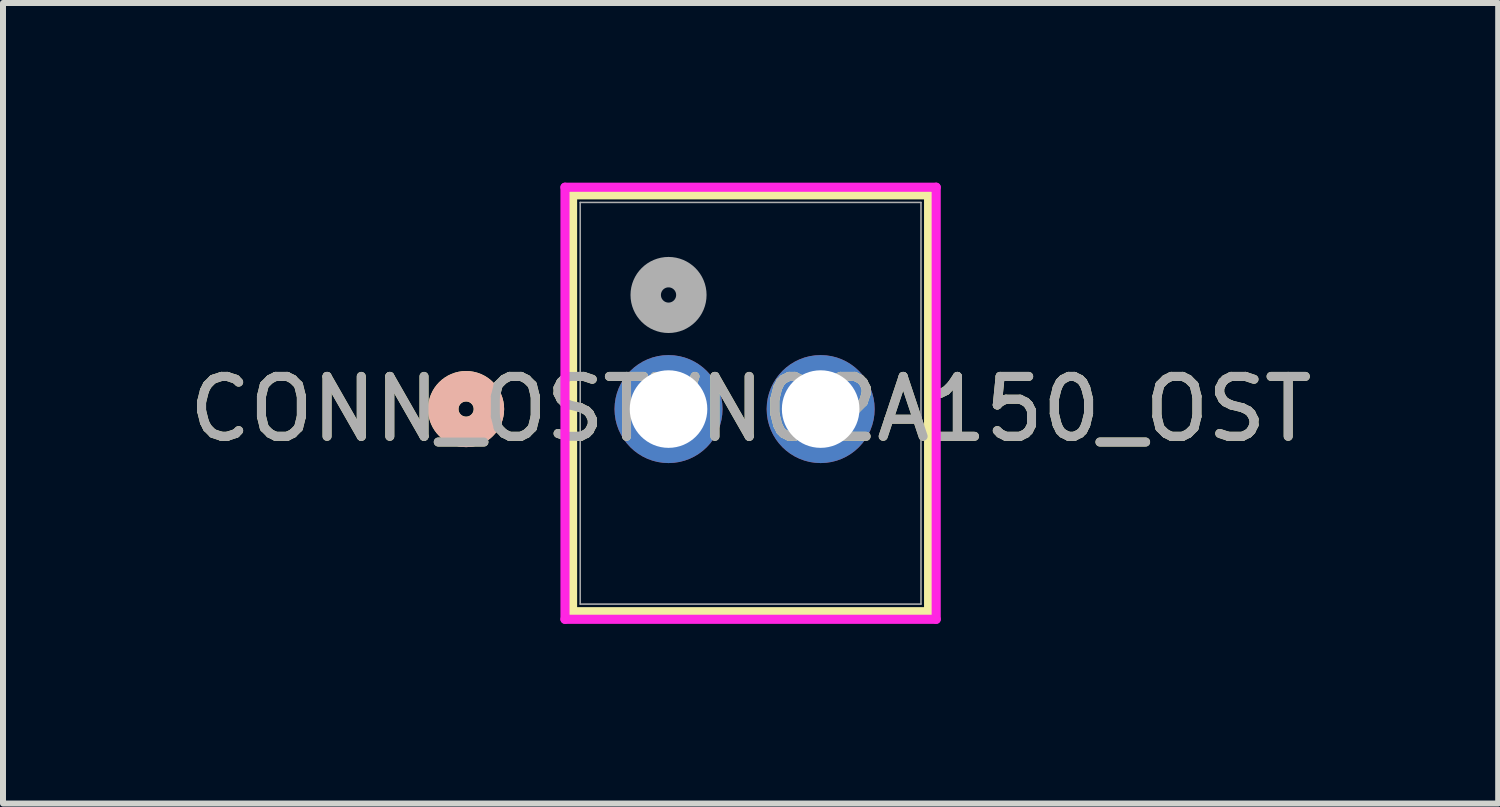
<source format=kicad_pcb>
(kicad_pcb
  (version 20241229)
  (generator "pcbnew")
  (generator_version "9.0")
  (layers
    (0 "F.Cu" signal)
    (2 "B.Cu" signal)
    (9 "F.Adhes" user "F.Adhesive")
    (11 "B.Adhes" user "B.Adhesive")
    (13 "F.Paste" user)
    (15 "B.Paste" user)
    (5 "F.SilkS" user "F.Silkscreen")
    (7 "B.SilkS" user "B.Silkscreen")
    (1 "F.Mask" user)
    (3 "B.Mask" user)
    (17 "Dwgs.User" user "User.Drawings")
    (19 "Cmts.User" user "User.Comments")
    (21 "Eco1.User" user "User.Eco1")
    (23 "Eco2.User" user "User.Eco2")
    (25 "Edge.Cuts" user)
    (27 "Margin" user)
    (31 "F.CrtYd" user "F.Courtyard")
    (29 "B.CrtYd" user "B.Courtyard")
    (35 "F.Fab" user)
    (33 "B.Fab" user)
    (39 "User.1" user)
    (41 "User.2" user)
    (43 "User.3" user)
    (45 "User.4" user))
  (footprint "CONN_OSTVN02A150_OST"
    (layer "F.Cu")
    (at 8.112 3.78)
    (property "Reference" "CONN_OSTVN02A150_OST" (at 1.37 0 0) (unlocked yes) (layer "F.SilkS") (effects (font (size 1 1) (thickness 0.15))))
    (attr through_hole)
    (fp_line (start -1.602 -3.577) (end -1.602 3.383) (stroke (width 0.152) (type solid)) (layer "F.SilkS"))
    (fp_line (start -1.602 3.383) (end 4.342 3.383) (stroke (width 0.152) (type solid)) (layer "F.SilkS"))
    (fp_line (start 4.342 -3.577) (end -1.602 -3.577) (stroke (width 0.152) (type solid)) (layer "F.SilkS"))
    (fp_line (start 4.342 3.383) (end 4.342 -3.577) (stroke (width 0.152) (type solid)) (layer "F.SilkS"))
    (fp_circle (center -3.38 0) (end -2.999 0) (stroke (width 0.508) (type solid)) (fill no) (layer "F.SilkS"))
    (fp_circle (center -3.38 0) (end -2.999 0) (stroke (width 0.508) (type solid)) (fill no) (layer "B.SilkS"))
    (fp_line (start -1.729 -3.704) (end -1.729 3.51) (stroke (width 0.152) (type solid)) (layer "F.CrtYd"))
    (fp_line (start -1.729 3.51) (end 4.469 3.51) (stroke (width 0.152) (type solid)) (layer "F.CrtYd"))
    (fp_line (start 4.469 -3.704) (end -1.729 -3.704) (stroke (width 0.152) (type solid)) (layer "F.CrtYd"))
    (fp_line (start 4.469 3.51) (end 4.469 -3.704) (stroke (width 0.152) (type solid)) (layer "F.CrtYd"))
    (fp_line (start -1.475 -3.45) (end -1.475 3.256) (stroke (width 0.025) (type solid)) (layer "F.Fab"))
    (fp_line (start -1.475 3.256) (end 4.215 3.256) (stroke (width 0.025) (type solid)) (layer "F.Fab"))
    (fp_line (start 4.215 -3.45) (end -1.475 -3.45) (stroke (width 0.025) (type solid)) (layer "F.Fab"))
    (fp_line (start 4.215 3.256) (end 4.215 -3.45) (stroke (width 0.025) (type solid)) (layer "F.Fab"))
    (fp_circle (center 0 -1.905) (end 0.381 -1.905) (stroke (width 0.508) (type solid)) (fill no) (layer "F.Fab"))
    (fp_text user "${REFERENCE}" (at 1.37 0 0) (unlocked yes) (layer "F.Fab") (effects (font (size 1 1) (thickness 0.15))))
    (pad "1" thru_hole circle (at 0 0) (size 1.803 1.803) (drill 1.295) (layers "*.Cu" "*.Mask"))
    (pad "2" thru_hole circle (at 2.54 0) (size 1.803 1.803) (drill 1.295) (layers "*.Cu" "*.Mask")))
  (gr_rect
    (start -3 -3)
    (end 21.964 10.366)
    (stroke (width 0.1) (type default))
    (fill no)
    (layer "Edge.Cuts")))
</source>
